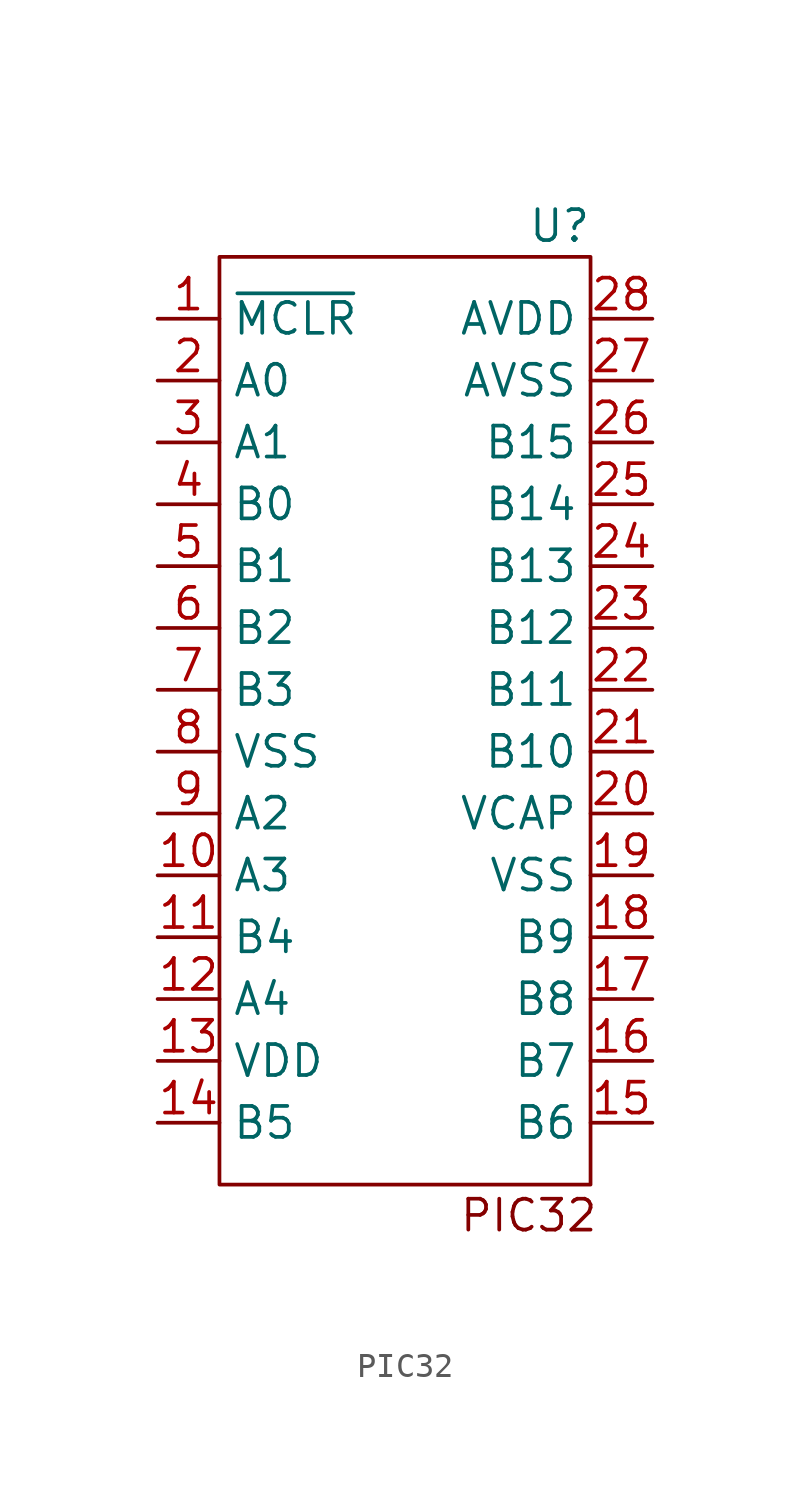
<source format=kicad_sym>
(kicad_symbol_lib
  (version 20220914)
  (generator kicad_symbol_editor)
  (symbol "PIC32"
    (property "Reference" "U"
      (at 6.35 20.32 0)
      (effects (font (size 1.27 1.27))))
    (property "Value" ""
      (at 0 0 0)
      (effects (font (size 1.27 1.27))))
    (symbol "PIC32_0_1"
      (rectangle (start -7.62 19.05) (end 7.62 -19.05) (stroke (width 0) (type default)) (fill (type none))))
    (symbol "PIC32_1_1"
      (text "PIC32\n" (at 5.08 -20.32 0) (effects (font (size 1.27 1.27))))
      (pin input line (at -10.16 16.51 0) (length 2.54) (name "~{MCLR}" (effects (font (size 1.27 1.27)))) (number "1" (effects (font (size 1.27 1.27)))))
      (pin input line (at -10.16 -6.35 0) (length 2.54) (name "A3" (effects (font (size 1.27 1.27)))) (number "10" (effects (font (size 1.27 1.27)))))
      (pin input line (at -10.16 -8.89 0) (length 2.54) (name "B4" (effects (font (size 1.27 1.27)))) (number "11" (effects (font (size 1.27 1.27)))))
      (pin input line (at -10.16 -11.43 0) (length 2.54) (name "A4" (effects (font (size 1.27 1.27)))) (number "12" (effects (font (size 1.27 1.27)))))
      (pin input line (at -10.16 -13.97 0) (length 2.54) (name "VDD" (effects (font (size 1.27 1.27)))) (number "13" (effects (font (size 1.27 1.27)))))
      (pin input line (at -10.16 -16.51 0) (length 2.54) (name "B5" (effects (font (size 1.27 1.27)))) (number "14" (effects (font (size 1.27 1.27)))))
      (pin input line (at 10.16 -16.51 180) (length 2.54) (name "B6" (effects (font (size 1.27 1.27)))) (number "15" (effects (font (size 1.27 1.27)))))
      (pin input line (at 10.16 -13.97 180) (length 2.54) (name "B7" (effects (font (size 1.27 1.27)))) (number "16" (effects (font (size 1.27 1.27)))))
      (pin input line (at 10.16 -11.43 180) (length 2.54) (name "B8" (effects (font (size 1.27 1.27)))) (number "17" (effects (font (size 1.27 1.27)))))
      (pin input line (at 10.16 -8.89 180) (length 2.54) (name "B9" (effects (font (size 1.27 1.27)))) (number "18" (effects (font (size 1.27 1.27)))))
      (pin input line (at 10.16 -6.35 180) (length 2.54) (name "VSS" (effects (font (size 1.27 1.27)))) (number "19" (effects (font (size 1.27 1.27)))))
      (pin input line (at -10.16 13.97 0) (length 2.54) (name "A0" (effects (font (size 1.27 1.27)))) (number "2" (effects (font (size 1.27 1.27)))))
      (pin input line (at 10.16 -3.81 180) (length 2.54) (name "VCAP" (effects (font (size 1.27 1.27)))) (number "20" (effects (font (size 1.27 1.27)))))
      (pin input line (at 10.16 -1.27 180) (length 2.54) (name "B10" (effects (font (size 1.27 1.27)))) (number "21" (effects (font (size 1.27 1.27)))))
      (pin input line (at 10.16 1.27 180) (length 2.54) (name "B11" (effects (font (size 1.27 1.27)))) (number "22" (effects (font (size 1.27 1.27)))))
      (pin input line (at 10.16 3.81 180) (length 2.54) (name "B12" (effects (font (size 1.27 1.27)))) (number "23" (effects (font (size 1.27 1.27)))))
      (pin input line (at 10.16 6.35 180) (length 2.54) (name "B13" (effects (font (size 1.27 1.27)))) (number "24" (effects (font (size 1.27 1.27)))))
      (pin input line (at 10.16 8.89 180) (length 2.54) (name "B14" (effects (font (size 1.27 1.27)))) (number "25" (effects (font (size 1.27 1.27)))))
      (pin input line (at 10.16 11.43 180) (length 2.54) (name "B15" (effects (font (size 1.27 1.27)))) (number "26" (effects (font (size 1.27 1.27)))))
      (pin input line (at 10.16 13.97 180) (length 2.54) (name "AVSS" (effects (font (size 1.27 1.27)))) (number "27" (effects (font (size 1.27 1.27)))))
      (pin input line (at 10.16 16.51 180) (length 2.54) (name "AVDD" (effects (font (size 1.27 1.27)))) (number "28" (effects (font (size 1.27 1.27)))))
      (pin input line (at -10.16 11.43 0) (length 2.54) (name "A1" (effects (font (size 1.27 1.27)))) (number "3" (effects (font (size 1.27 1.27)))))
      (pin input line (at -10.16 8.89 0) (length 2.54) (name "B0" (effects (font (size 1.27 1.27)))) (number "4" (effects (font (size 1.27 1.27)))))
      (pin input line (at -10.16 6.35 0) (length 2.54) (name "B1" (effects (font (size 1.27 1.27)))) (number "5" (effects (font (size 1.27 1.27)))))
      (pin input line (at -10.16 3.81 0) (length 2.54) (name "B2" (effects (font (size 1.27 1.27)))) (number "6" (effects (font (size 1.27 1.27)))))
      (pin input line (at -10.16 1.27 0) (length 2.54) (name "B3" (effects (font (size 1.27 1.27)))) (number "7" (effects (font (size 1.27 1.27)))))
      (pin input line (at -10.16 -1.27 0) (length 2.54) (name "VSS" (effects (font (size 1.27 1.27)))) (number "8" (effects (font (size 1.27 1.27)))))
      (pin input line (at -10.16 -3.81 0) (length 2.54) (name "A2" (effects (font (size 1.27 1.27)))) (number "9" (effects (font (size 1.27 1.27))))))))
</source>
